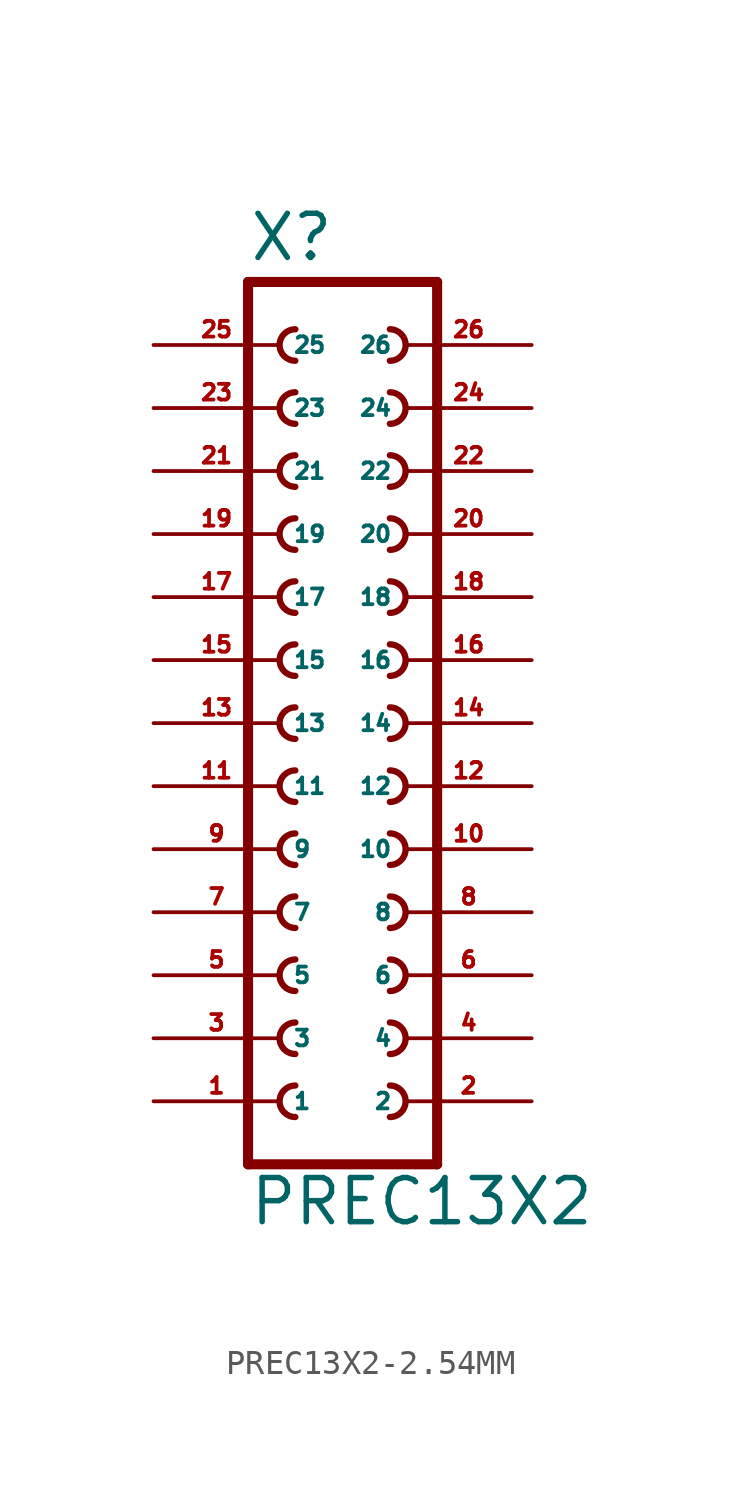
<source format=kicad_sym>
(kicad_symbol_lib
  (version 20220914)
  (generator Eagle2Kicad)
  (symbol "PREC13X2-2.54MM"
    (property "Reference" "X"
      (at -3.81 18.542 0)
      (effects (font (size 1.778 1.778) (thickness 0.22)) (justify left bottom)))
    (property "Value" "PREC13X2"
      (at -3.81 -20.32 0)
      (effects (font (size 1.778 1.778) (thickness 0.22)) (justify left bottom)))
    (polyline
      (pts (xy 3.81 -17.78) (xy -3.81 -17.78))
      (stroke (width 0.406) (type default))
      (fill (type none)))
    (arc
      (start -1.905 -9.525)
      (mid -2.540 -10.160)
      (end -1.905 -10.795)
      (stroke (width 0.254) (type default))
      (fill (type none)))
    (arc
      (start -1.905 -12.065)
      (mid -2.540 -12.700)
      (end -1.905 -13.335)
      (stroke (width 0.254) (type default))
      (fill (type none)))
    (arc
      (start -1.905 -14.605)
      (mid -2.540 -15.240)
      (end -1.905 -15.875)
      (stroke (width 0.254) (type default))
      (fill (type none)))
    (arc
      (start 1.905 -10.795)
      (mid 2.540 -10.160)
      (end 1.905 -9.525)
      (stroke (width 0.254) (type default))
      (fill (type none)))
    (arc
      (start 1.905 -13.335)
      (mid 2.540 -12.700)
      (end 1.905 -12.065)
      (stroke (width 0.254) (type default))
      (fill (type none)))
    (arc
      (start 1.905 -15.875)
      (mid 2.540 -15.240)
      (end 1.905 -14.605)
      (stroke (width 0.254) (type default))
      (fill (type none)))
    (arc
      (start -1.905 -4.445)
      (mid -2.540 -5.080)
      (end -1.905 -5.715)
      (stroke (width 0.254) (type default))
      (fill (type none)))
    (arc
      (start -1.905 -6.985)
      (mid -2.540 -7.620)
      (end -1.905 -8.255)
      (stroke (width 0.254) (type default))
      (fill (type none)))
    (arc
      (start 1.905 -5.715)
      (mid 2.540 -5.080)
      (end 1.905 -4.445)
      (stroke (width 0.254) (type default))
      (fill (type none)))
    (arc
      (start 1.905 -8.255)
      (mid 2.540 -7.620)
      (end 1.905 -6.985)
      (stroke (width 0.254) (type default))
      (fill (type none)))
    (arc
      (start -1.905 3.175)
      (mid -2.540 2.540)
      (end -1.905 1.905)
      (stroke (width 0.254) (type default))
      (fill (type none)))
    (arc
      (start -1.905 0.635)
      (mid -2.540 0.000)
      (end -1.905 -0.635)
      (stroke (width 0.254) (type default))
      (fill (type none)))
    (arc
      (start -1.905 -1.905)
      (mid -2.540 -2.540)
      (end -1.905 -3.175)
      (stroke (width 0.254) (type default))
      (fill (type none)))
    (arc
      (start 1.905 1.905)
      (mid 2.540 2.540)
      (end 1.905 3.175)
      (stroke (width 0.254) (type default))
      (fill (type none)))
    (arc
      (start 1.905 -0.635)
      (mid 2.540 0.000)
      (end 1.905 0.635)
      (stroke (width 0.254) (type default))
      (fill (type none)))
    (arc
      (start 1.905 -3.175)
      (mid 2.540 -2.540)
      (end 1.905 -1.905)
      (stroke (width 0.254) (type default))
      (fill (type none)))
    (arc
      (start -1.905 8.255)
      (mid -2.540 7.620)
      (end -1.905 6.985)
      (stroke (width 0.254) (type default))
      (fill (type none)))
    (arc
      (start -1.905 5.715)
      (mid -2.540 5.080)
      (end -1.905 4.445)
      (stroke (width 0.254) (type default))
      (fill (type none)))
    (arc
      (start 1.905 6.985)
      (mid 2.540 7.620)
      (end 1.905 8.255)
      (stroke (width 0.254) (type default))
      (fill (type none)))
    (arc
      (start 1.905 4.445)
      (mid 2.540 5.080)
      (end 1.905 5.715)
      (stroke (width 0.254) (type default))
      (fill (type none)))
    (arc
      (start -1.905 15.875)
      (mid -2.540 15.240)
      (end -1.905 14.605)
      (stroke (width 0.254) (type default))
      (fill (type none)))
    (arc
      (start -1.905 13.335)
      (mid -2.540 12.700)
      (end -1.905 12.065)
      (stroke (width 0.254) (type default))
      (fill (type none)))
    (arc
      (start -1.905 10.795)
      (mid -2.540 10.160)
      (end -1.905 9.525)
      (stroke (width 0.254) (type default))
      (fill (type none)))
    (arc
      (start 1.905 14.605)
      (mid 2.540 15.240)
      (end 1.905 15.875)
      (stroke (width 0.254) (type default))
      (fill (type none)))
    (arc
      (start 1.905 12.065)
      (mid 2.540 12.700)
      (end 1.905 13.335)
      (stroke (width 0.254) (type default))
      (fill (type none)))
    (arc
      (start 1.905 9.525)
      (mid 2.540 10.160)
      (end 1.905 10.795)
      (stroke (width 0.254) (type default))
      (fill (type none)))
    (polyline
      (pts (xy -3.81 17.78) (xy -3.81 -17.78))
      (stroke (width 0.406) (type default))
      (fill (type none)))
    (polyline
      (pts (xy 3.81 -17.78) (xy 3.81 17.78))
      (stroke (width 0.406) (type default))
      (fill (type none)))
    (polyline
      (pts (xy -3.81 17.78) (xy 3.81 17.78))
      (stroke (width 0.406) (type default))
      (fill (type none)))
    (pin passive line
      (at -7.62 -15.24 0)
      (length 5.08)
      (name "1" (effects (font (size 0.635 0.635) (thickness 0.08)) (justify left bottom)))
      (number "1" (effects (font (size 0.635 0.635) (thickness 0.08)) (justify left bottom))))
    (pin passive line
      (at -7.62 -12.7 0)
      (length 5.08)
      (name "3" (effects (font (size 0.635 0.635) (thickness 0.08)) (justify left bottom)))
      (number "3" (effects (font (size 0.635 0.635) (thickness 0.08)) (justify left bottom))))
    (pin passive line
      (at -7.62 -10.16 0)
      (length 5.08)
      (name "5" (effects (font (size 0.635 0.635) (thickness 0.08)) (justify left bottom)))
      (number "5" (effects (font (size 0.635 0.635) (thickness 0.08)) (justify left bottom))))
    (pin passive line
      (at 7.62 -15.24 180)
      (length 5.08)
      (name "2" (effects (font (size 0.635 0.635) (thickness 0.08)) (justify left bottom)))
      (number "2" (effects (font (size 0.635 0.635) (thickness 0.08)) (justify left bottom))))
    (pin passive line
      (at 7.62 -12.7 180)
      (length 5.08)
      (name "4" (effects (font (size 0.635 0.635) (thickness 0.08)) (justify left bottom)))
      (number "4" (effects (font (size 0.635 0.635) (thickness 0.08)) (justify left bottom))))
    (pin passive line
      (at 7.62 -10.16 180)
      (length 5.08)
      (name "6" (effects (font (size 0.635 0.635) (thickness 0.08)) (justify left bottom)))
      (number "6" (effects (font (size 0.635 0.635) (thickness 0.08)) (justify left bottom))))
    (pin passive line
      (at -7.62 -7.62 0)
      (length 5.08)
      (name "7" (effects (font (size 0.635 0.635) (thickness 0.08)) (justify left bottom)))
      (number "7" (effects (font (size 0.635 0.635) (thickness 0.08)) (justify left bottom))))
    (pin passive line
      (at -7.62 -5.08 0)
      (length 5.08)
      (name "9" (effects (font (size 0.635 0.635) (thickness 0.08)) (justify left bottom)))
      (number "9" (effects (font (size 0.635 0.635) (thickness 0.08)) (justify left bottom))))
    (pin passive line
      (at 7.62 -7.62 180)
      (length 5.08)
      (name "8" (effects (font (size 0.635 0.635) (thickness 0.08)) (justify left bottom)))
      (number "8" (effects (font (size 0.635 0.635) (thickness 0.08)) (justify left bottom))))
    (pin passive line
      (at 7.62 -5.08 180)
      (length 5.08)
      (name "10" (effects (font (size 0.635 0.635) (thickness 0.08)) (justify left bottom)))
      (number "10" (effects (font (size 0.635 0.635) (thickness 0.08)) (justify left bottom))))
    (pin passive line
      (at -7.62 -2.54 0)
      (length 5.08)
      (name "11" (effects (font (size 0.635 0.635) (thickness 0.08)) (justify left bottom)))
      (number "11" (effects (font (size 0.635 0.635) (thickness 0.08)) (justify left bottom))))
    (pin passive line
      (at -7.62 0 0)
      (length 5.08)
      (name "13" (effects (font (size 0.635 0.635) (thickness 0.08)) (justify left bottom)))
      (number "13" (effects (font (size 0.635 0.635) (thickness 0.08)) (justify left bottom))))
    (pin passive line
      (at -7.62 2.54 0)
      (length 5.08)
      (name "15" (effects (font (size 0.635 0.635) (thickness 0.08)) (justify left bottom)))
      (number "15" (effects (font (size 0.635 0.635) (thickness 0.08)) (justify left bottom))))
    (pin passive line
      (at 7.62 -2.54 180)
      (length 5.08)
      (name "12" (effects (font (size 0.635 0.635) (thickness 0.08)) (justify left bottom)))
      (number "12" (effects (font (size 0.635 0.635) (thickness 0.08)) (justify left bottom))))
    (pin passive line
      (at 7.62 0 180)
      (length 5.08)
      (name "14" (effects (font (size 0.635 0.635) (thickness 0.08)) (justify left bottom)))
      (number "14" (effects (font (size 0.635 0.635) (thickness 0.08)) (justify left bottom))))
    (pin passive line
      (at 7.62 2.54 180)
      (length 5.08)
      (name "16" (effects (font (size 0.635 0.635) (thickness 0.08)) (justify left bottom)))
      (number "16" (effects (font (size 0.635 0.635) (thickness 0.08)) (justify left bottom))))
    (pin passive line
      (at -7.62 5.08 0)
      (length 5.08)
      (name "17" (effects (font (size 0.635 0.635) (thickness 0.08)) (justify left bottom)))
      (number "17" (effects (font (size 0.635 0.635) (thickness 0.08)) (justify left bottom))))
    (pin passive line
      (at -7.62 7.62 0)
      (length 5.08)
      (name "19" (effects (font (size 0.635 0.635) (thickness 0.08)) (justify left bottom)))
      (number "19" (effects (font (size 0.635 0.635) (thickness 0.08)) (justify left bottom))))
    (pin passive line
      (at 7.62 5.08 180)
      (length 5.08)
      (name "18" (effects (font (size 0.635 0.635) (thickness 0.08)) (justify left bottom)))
      (number "18" (effects (font (size 0.635 0.635) (thickness 0.08)) (justify left bottom))))
    (pin passive line
      (at 7.62 7.62 180)
      (length 5.08)
      (name "20" (effects (font (size 0.635 0.635) (thickness 0.08)) (justify left bottom)))
      (number "20" (effects (font (size 0.635 0.635) (thickness 0.08)) (justify left bottom))))
    (pin passive line
      (at -7.62 10.16 0)
      (length 5.08)
      (name "21" (effects (font (size 0.635 0.635) (thickness 0.08)) (justify left bottom)))
      (number "21" (effects (font (size 0.635 0.635) (thickness 0.08)) (justify left bottom))))
    (pin passive line
      (at -7.62 12.7 0)
      (length 5.08)
      (name "23" (effects (font (size 0.635 0.635) (thickness 0.08)) (justify left bottom)))
      (number "23" (effects (font (size 0.635 0.635) (thickness 0.08)) (justify left bottom))))
    (pin passive line
      (at -7.62 15.24 0)
      (length 5.08)
      (name "25" (effects (font (size 0.635 0.635) (thickness 0.08)) (justify left bottom)))
      (number "25" (effects (font (size 0.635 0.635) (thickness 0.08)) (justify left bottom))))
    (pin passive line
      (at 7.62 10.16 180)
      (length 5.08)
      (name "22" (effects (font (size 0.635 0.635) (thickness 0.08)) (justify left bottom)))
      (number "22" (effects (font (size 0.635 0.635) (thickness 0.08)) (justify left bottom))))
    (pin passive line
      (at 7.62 12.7 180)
      (length 5.08)
      (name "24" (effects (font (size 0.635 0.635) (thickness 0.08)) (justify left bottom)))
      (number "24" (effects (font (size 0.635 0.635) (thickness 0.08)) (justify left bottom))))
    (pin passive line
      (at 7.62 15.24 180)
      (length 5.08)
      (name "26" (effects (font (size 0.635 0.635) (thickness 0.08)) (justify left bottom)))
      (number "26" (effects (font (size 0.635 0.635) (thickness 0.08)) (justify left bottom))))))
</source>
